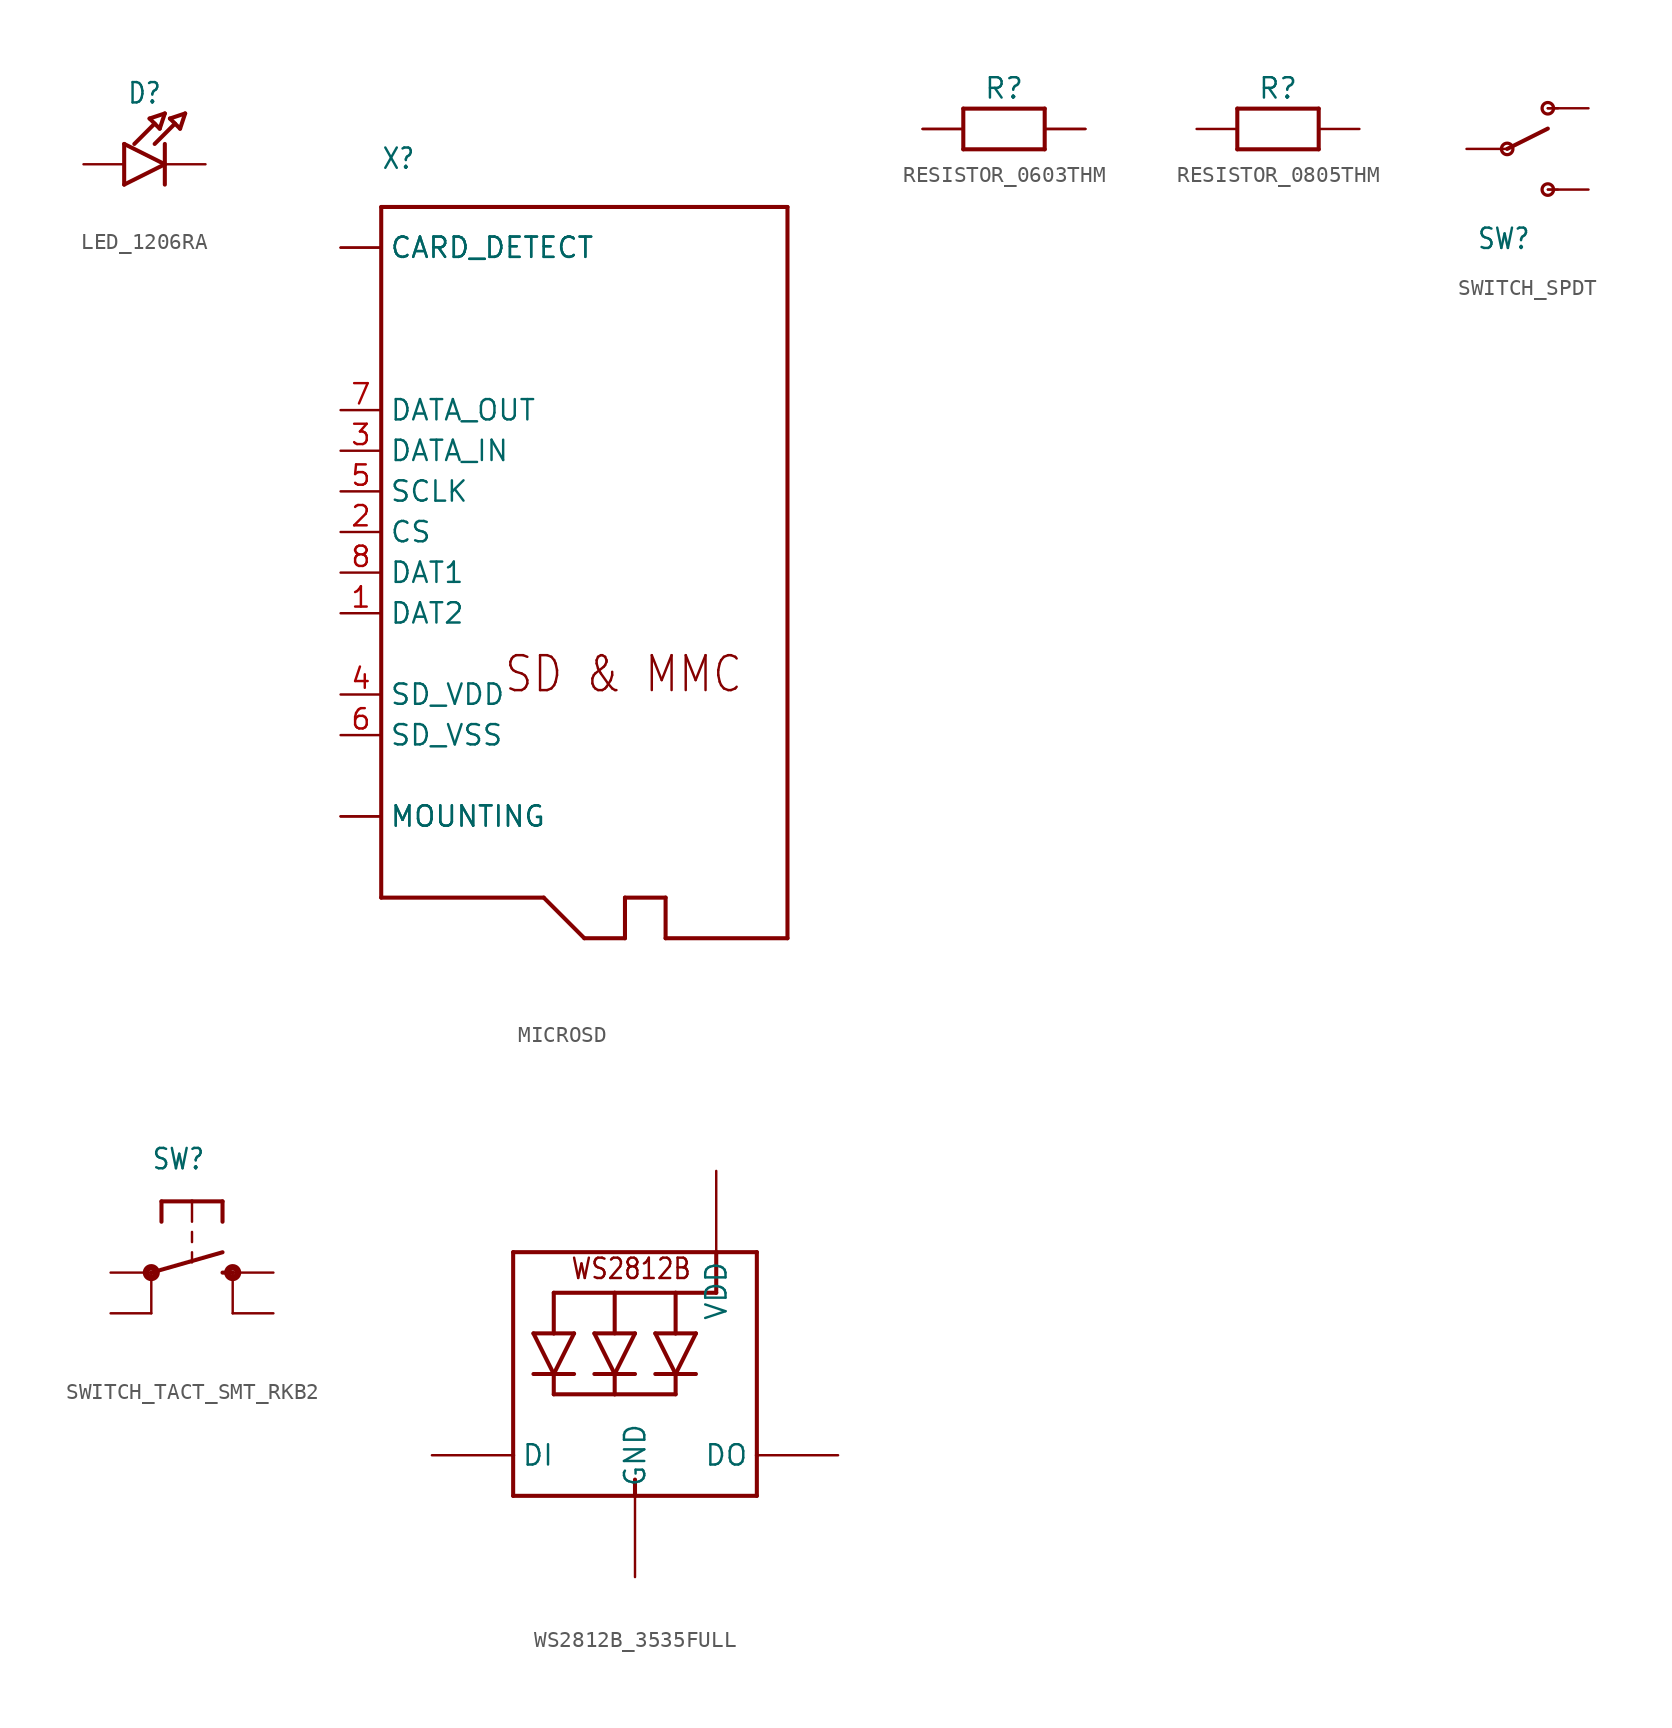
<source format=kicad_sym>
(kicad_symbol_lib
  (version 20220914)
  (generator kicad_symbol_editor)
  (symbol "LED_1206RA"
    (property "Reference" "D"
      (at -1.27 4.445 0)
      (effects (font (size 1.27 1.079))))
    (property "Value" ""
      (at -1.27 -2.794 0)
      (effects (font (size 1.27 1.079))))
    (property "ki_locked" ""
      (at 0 0 0)
      (effects (font (size 1.27 1.27))))
    (symbol "LED_1206RA_1_0"
      (polyline (pts (xy -2.54 -1.27) (xy 0 0)) (stroke (width 0.254) (type solid)) (fill (type none)))
      (polyline (pts (xy -2.54 1.27) (xy -2.54 -1.27)) (stroke (width 0.254) (type solid)) (fill (type none)))
      (polyline (pts (xy -1.905 1.27) (xy -0.635 2.54)) (stroke (width 0.254) (type solid)) (fill (type none)))
      (polyline (pts (xy -0.953 2.857) (xy -0.318 2.223)) (stroke (width 0.254) (type solid)) (fill (type none)))
      (polyline (pts (xy -0.635 1.27) (xy 0.635 2.54)) (stroke (width 0.254) (type solid)) (fill (type none)))
      (polyline (pts (xy -0.318 2.223) (xy 0 3.175)) (stroke (width 0.254) (type solid)) (fill (type none)))
      (polyline (pts (xy 0 0) (xy -2.54 1.27)) (stroke (width 0.254) (type solid)) (fill (type none)))
      (polyline (pts (xy 0 0) (xy 0 -1.27)) (stroke (width 0.254) (type solid)) (fill (type none)))
      (polyline (pts (xy 0 1.27) (xy 0 0)) (stroke (width 0.254) (type solid)) (fill (type none)))
      (polyline (pts (xy 0 3.175) (xy -0.953 2.857)) (stroke (width 0.254) (type solid)) (fill (type none)))
      (polyline (pts (xy 0.318 2.857) (xy 0.953 2.223)) (stroke (width 0.254) (type solid)) (fill (type none)))
      (polyline (pts (xy 0.953 2.223) (xy 1.27 3.175)) (stroke (width 0.254) (type solid)) (fill (type none)))
      (polyline (pts (xy 1.27 3.175) (xy 0.318 2.857)) (stroke (width 0.254) (type solid)) (fill (type none)))
      (pin passive line (at -5.08 0 0) (length 2.54) (name "A" (effects (font (size 0 0)))) (number "A" (effects (font (size 0 0)))))
      (pin passive line (at 2.54 0 180) (length 2.54) (name "C" (effects (font (size 0 0)))) (number "C" (effects (font (size 0 0)))))))
  (symbol "MICROSD"
    (property "Reference" "X"
      (at -12.7 22.606 0)
      (effects (font (size 1.27 1.079)) (justify left bottom)))
    (property "Value" ""
      (at -12.7 20.828 0)
      (effects (font (size 1.27 1.079)) (justify left bottom)))
    (property "ki_locked" ""
      (at 0 0 0)
      (effects (font (size 1.27 1.27))))
    (symbol "MICROSD_1_0"
      (polyline (pts (xy -12.7 -22.86) (xy -2.54 -22.86)) (stroke (width 0.254) (type solid)) (fill (type none)))
      (polyline (pts (xy -12.7 20.32) (xy -12.7 -22.86)) (stroke (width 0.254) (type solid)) (fill (type none)))
      (polyline (pts (xy -2.54 -22.86) (xy 0 -25.4)) (stroke (width 0.254) (type solid)) (fill (type none)))
      (polyline (pts (xy 0 -25.4) (xy 2.54 -25.4)) (stroke (width 0.254) (type solid)) (fill (type none)))
      (polyline (pts (xy 2.54 -25.4) (xy 2.54 -22.86)) (stroke (width 0.254) (type solid)) (fill (type none)))
      (polyline (pts (xy 2.54 -22.86) (xy 5.08 -22.86)) (stroke (width 0.254) (type solid)) (fill (type none)))
      (polyline (pts (xy 5.08 -25.4) (xy 12.7 -25.4)) (stroke (width 0.254) (type solid)) (fill (type none)))
      (polyline (pts (xy 5.08 -22.86) (xy 5.08 -25.4)) (stroke (width 0.254) (type solid)) (fill (type none)))
      (polyline (pts (xy 12.7 -25.4) (xy 12.7 20.32)) (stroke (width 0.254) (type solid)) (fill (type none)))
      (polyline (pts (xy 12.7 20.32) (xy -12.7 20.32)) (stroke (width 0.254) (type solid)) (fill (type none)))
      (text "SD & MMC" (at -5.08 -10.16 0) (effects (font (size 2.184 1.857)) (justify left bottom)))
      (pin bidirectional line (at -15.24 -5.08 0) (length 2.54) (name "DAT2" (effects (font (size 1.27 1.27)))) (number "1" (effects (font (size 1.27 1.27)))))
      (pin input line (at -15.24 0 0) (length 2.54) (name "CS" (effects (font (size 1.27 1.27)))) (number "2" (effects (font (size 1.27 1.27)))))
      (pin input line (at -15.24 5.08 0) (length 2.54) (name "DATA_IN" (effects (font (size 1.27 1.27)))) (number "3" (effects (font (size 1.27 1.27)))))
      (pin power_in line (at -15.24 -10.16 0) (length 2.54) (name "SD_VDD" (effects (font (size 1.27 1.27)))) (number "4" (effects (font (size 1.27 1.27)))))
      (pin input line (at -15.24 2.54 0) (length 2.54) (name "SCLK" (effects (font (size 1.27 1.27)))) (number "5" (effects (font (size 1.27 1.27)))))
      (pin power_in line (at -15.24 -12.7 0) (length 2.54) (name "SD_VSS" (effects (font (size 1.27 1.27)))) (number "6" (effects (font (size 1.27 1.27)))))
      (pin output line (at -15.24 7.62 0) (length 2.54) (name "DATA_OUT" (effects (font (size 1.27 1.27)))) (number "7" (effects (font (size 1.27 1.27)))))
      (pin bidirectional line (at -15.24 -2.54 0) (length 2.54) (name "DAT1" (effects (font (size 1.27 1.27)))) (number "8" (effects (font (size 1.27 1.27)))))
      (pin passive line (at -15.24 17.78 0) (length 2.54) (name "CARD_DETECT" (effects (font (size 1.27 1.27)))) (number "CD1" (effects (font (size 0 0)))))
      (pin passive line (at -15.24 17.78 0) (length 2.54) (name "CARD_DETECT" (effects (font (size 1.27 1.27)))) (number "CD2" (effects (font (size 0 0)))))
      (pin passive line (at -15.24 -17.78 0) (length 2.54) (name "MOUNTING" (effects (font (size 1.27 1.27)))) (number "MT1" (effects (font (size 0 0)))))
      (pin passive line (at -15.24 -17.78 0) (length 2.54) (name "MOUNTING" (effects (font (size 1.27 1.27)))) (number "MT2" (effects (font (size 0 0)))))))
  (symbol "RESISTOR_0603THM"
    (property "Reference" "R"
      (at 0 2.54 0)
      (effects (font (size 1.27 1.27))))
    (property "Value" ""
      (at 0 0 0)
      (effects (font (size 1.016 1.016) bold)))
    (property "ki_locked" ""
      (at 0 0 0)
      (effects (font (size 1.27 1.27))))
    (symbol "RESISTOR_0603THM_1_0"
      (polyline (pts (xy -2.54 -1.27) (xy -2.54 1.27)) (stroke (width 0.254) (type solid)) (fill (type none)))
      (polyline (pts (xy -2.54 1.27) (xy 2.54 1.27)) (stroke (width 0.254) (type solid)) (fill (type none)))
      (polyline (pts (xy 2.54 -1.27) (xy -2.54 -1.27)) (stroke (width 0.254) (type solid)) (fill (type none)))
      (polyline (pts (xy 2.54 1.27) (xy 2.54 -1.27)) (stroke (width 0.254) (type solid)) (fill (type none)))
      (pin passive line (at -5.08 0 0) (length 2.54) (name "1" (effects (font (size 0 0)))) (number "1" (effects (font (size 0 0)))))
      (pin passive line (at -5.08 0 0) (length 2.54) (name "1" (effects (font (size 0 0)))) (number "11" (effects (font (size 0 0)))))
      (pin passive line (at 5.08 0 180) (length 2.54) (name "2" (effects (font (size 0 0)))) (number "2" (effects (font (size 0 0)))))
      (pin passive line (at 5.08 0 180) (length 2.54) (name "2" (effects (font (size 0 0)))) (number "22" (effects (font (size 0 0)))))))
  (symbol "RESISTOR_0805THM"
    (property "Reference" "R"
      (at 0 2.54 0)
      (effects (font (size 1.27 1.27))))
    (property "Value" ""
      (at 0 0 0)
      (effects (font (size 1.016 1.016) bold)))
    (property "ki_locked" ""
      (at 0 0 0)
      (effects (font (size 1.27 1.27))))
    (symbol "RESISTOR_0805THM_1_0"
      (polyline (pts (xy -2.54 -1.27) (xy -2.54 1.27)) (stroke (width 0.254) (type solid)) (fill (type none)))
      (polyline (pts (xy -2.54 1.27) (xy 2.54 1.27)) (stroke (width 0.254) (type solid)) (fill (type none)))
      (polyline (pts (xy 2.54 -1.27) (xy -2.54 -1.27)) (stroke (width 0.254) (type solid)) (fill (type none)))
      (polyline (pts (xy 2.54 1.27) (xy 2.54 -1.27)) (stroke (width 0.254) (type solid)) (fill (type none)))
      (pin passive line (at -5.08 0 0) (length 2.54) (name "1" (effects (font (size 0 0)))) (number "1" (effects (font (size 0 0)))))
      (pin passive line (at 5.08 0 180) (length 2.54) (name "2" (effects (font (size 0 0)))) (number "2" (effects (font (size 0 0)))))))
  (symbol "SWITCH_SPDT"
    (property "Reference" "SW"
      (at -4.445 -6.35 0)
      (effects (font (size 1.27 1.079)) (justify left bottom)))
    (property "Value" ""
      (at -5.08 3.81 0)
      (effects (font (size 1.27 1.079)) (justify left bottom)))
    (property "ki_locked" ""
      (at 0 0 0)
      (effects (font (size 1.27 1.27))))
    (symbol "SWITCH_SPDT_1_0"
      (circle (center -2.54 0) (radius 0.359) (stroke (width 0.203) (type solid)) (fill (type none)))
      (circle (center 0 -2.54) (radius 0.359) (stroke (width 0.203) (type solid)) (fill (type none)))
      (polyline (pts (xy -2.54 0) (xy 0 1.27)) (stroke (width 0.254) (type solid)) (fill (type none)))
      (polyline (pts (xy 0 -2.54) (xy 0.635 -2.54)) (stroke (width 0.127) (type solid)) (fill (type none)))
      (polyline (pts (xy 0 2.54) (xy 0.635 2.54)) (stroke (width 0.152) (type solid)) (fill (type none)))
      (circle (center 0 2.54) (radius 0.359) (stroke (width 0.203) (type solid)) (fill (type none)))
      (pin passive line (at 2.54 2.54 180) (length 2.54) (name "O" (effects (font (size 0 0)))) (number "A" (effects (font (size 0 0)))))
      (pin passive line (at -5.08 0 0) (length 2.54) (name "P" (effects (font (size 0 0)))) (number "B" (effects (font (size 0 0)))))
      (pin passive line (at 2.54 -2.54 180) (length 2.54) (name "S" (effects (font (size 0 0)))) (number "C" (effects (font (size 0 0)))))))
  (symbol "SWITCH_TACT_SMT_RKB2"
    (property "Reference" "SW"
      (at -2.54 6.35 0)
      (effects (font (size 1.27 1.079)) (justify left bottom)))
    (property "Value" ""
      (at -2.54 -5.08 0)
      (effects (font (size 1.27 1.079)) (justify left bottom)))
    (property "ki_locked" ""
      (at 0 0 0)
      (effects (font (size 1.27 1.27))))
    (symbol "SWITCH_TACT_SMT_RKB2_1_0"
      (circle (center -2.54 0) (radius 0.127) (stroke (width 0.406) (type solid)) (fill (type none)))
      (polyline (pts (xy -2.54 -2.54) (xy -2.54 0)) (stroke (width 0.152) (type solid)) (fill (type none)))
      (polyline (pts (xy -2.54 0) (xy 1.905 1.27)) (stroke (width 0.254) (type solid)) (fill (type none)))
      (polyline (pts (xy -1.905 4.445) (xy -1.905 3.175)) (stroke (width 0.254) (type solid)) (fill (type none)))
      (polyline (pts (xy 0 1.27) (xy 0 0.635)) (stroke (width 0.152) (type solid)) (fill (type none)))
      (polyline (pts (xy 0 2.54) (xy 0 1.905)) (stroke (width 0.152) (type solid)) (fill (type none)))
      (polyline (pts (xy 0 4.445) (xy -1.905 4.445)) (stroke (width 0.254) (type solid)) (fill (type none)))
      (polyline (pts (xy 0 4.445) (xy 0 3.175)) (stroke (width 0.152) (type solid)) (fill (type none)))
      (polyline (pts (xy 1.905 0) (xy 2.54 0)) (stroke (width 0.254) (type solid)) (fill (type none)))
      (polyline (pts (xy 1.905 4.445) (xy 0 4.445)) (stroke (width 0.254) (type solid)) (fill (type none)))
      (polyline (pts (xy 1.905 4.445) (xy 1.905 3.175)) (stroke (width 0.254) (type solid)) (fill (type none)))
      (polyline (pts (xy 2.54 -2.54) (xy 2.54 0)) (stroke (width 0.152) (type solid)) (fill (type none)))
      (circle (center 2.54 0) (radius 0.127) (stroke (width 0.406) (type solid)) (fill (type none)))
      (pin passive line (at -5.08 0 0) (length 2.54) (name "P" (effects (font (size 0 0)))) (number "A" (effects (font (size 0 0)))))
      (pin passive line (at -5.08 -2.54 0) (length 2.54) (name "P1" (effects (font (size 0 0)))) (number "A'" (effects (font (size 0 0)))))
      (pin passive line (at 5.08 0 180) (length 2.54) (name "S" (effects (font (size 0 0)))) (number "B" (effects (font (size 0 0)))))
      (pin passive line (at 5.08 -2.54 180) (length 2.54) (name "S1" (effects (font (size 0 0)))) (number "B'" (effects (font (size 0 0)))))))
  (symbol "WS2812B_3535FULL"
    (property "Reference" "LED"
      (at 0 0 0)
      (effects (font (size 1.27 1.27)) hide))
    (property "ki_locked" ""
      (at 0 0 0)
      (effects (font (size 1.27 1.27))))
    (symbol "WS2812B_3535FULL_1_0"
      (polyline (pts (xy -7.62 -5.08) (xy 0 -5.08)) (stroke (width 0.254) (type solid)) (fill (type none)))
      (polyline (pts (xy -7.62 -2.54) (xy -7.62 -5.08)) (stroke (width 0.254) (type solid)) (fill (type none)))
      (polyline (pts (xy -7.62 10.16) (xy -7.62 -2.54)) (stroke (width 0.254) (type solid)) (fill (type none)))
      (polyline (pts (xy -6.35 2.54) (xy -5.08 2.54)) (stroke (width 0.254) (type solid)) (fill (type none)))
      (polyline (pts (xy -6.35 5.08) (xy -5.08 5.08)) (stroke (width 0.254) (type solid)) (fill (type none)))
      (polyline (pts (xy -5.08 2.54) (xy -6.35 5.08)) (stroke (width 0.254) (type solid)) (fill (type none)))
      (polyline (pts (xy -5.08 2.54) (xy -5.08 1.27)) (stroke (width 0.254) (type solid)) (fill (type none)))
      (polyline (pts (xy -5.08 2.54) (xy -3.81 5.08)) (stroke (width 0.254) (type solid)) (fill (type none)))
      (polyline (pts (xy -5.08 5.08) (xy -3.81 5.08)) (stroke (width 0.254) (type solid)) (fill (type none)))
      (polyline (pts (xy -5.08 7.62) (xy -5.08 5.08)) (stroke (width 0.254) (type solid)) (fill (type none)))
      (polyline (pts (xy -3.81 2.54) (xy -5.08 2.54)) (stroke (width 0.254) (type solid)) (fill (type none)))
      (polyline (pts (xy -2.54 2.54) (xy -1.27 2.54)) (stroke (width 0.254) (type solid)) (fill (type none)))
      (polyline (pts (xy -2.54 5.08) (xy 0 5.08)) (stroke (width 0.254) (type solid)) (fill (type none)))
      (polyline (pts (xy -1.27 1.27) (xy -5.08 1.27)) (stroke (width 0.254) (type solid)) (fill (type none)))
      (polyline (pts (xy -1.27 2.54) (xy -2.54 5.08)) (stroke (width 0.254) (type solid)) (fill (type none)))
      (polyline (pts (xy -1.27 2.54) (xy -1.27 1.27)) (stroke (width 0.254) (type solid)) (fill (type none)))
      (polyline (pts (xy -1.27 2.54) (xy 0 2.54)) (stroke (width 0.254) (type solid)) (fill (type none)))
      (polyline (pts (xy -1.27 5.08) (xy -1.27 7.62)) (stroke (width 0.254) (type solid)) (fill (type none)))
      (polyline (pts (xy -1.27 7.62) (xy -5.08 7.62)) (stroke (width 0.254) (type solid)) (fill (type none)))
      (polyline (pts (xy 0 -5.08) (xy 7.62 -5.08)) (stroke (width 0.254) (type solid)) (fill (type none)))
      (polyline (pts (xy 0 -4.064) (xy 0 -5.08)) (stroke (width 0.254) (type solid)) (fill (type none)))
      (polyline (pts (xy 0 5.08) (xy -1.27 2.54)) (stroke (width 0.254) (type solid)) (fill (type none)))
      (polyline (pts (xy 1.27 5.08) (xy 2.54 2.54)) (stroke (width 0.254) (type solid)) (fill (type none)))
      (polyline (pts (xy 1.27 5.08) (xy 2.54 5.08)) (stroke (width 0.254) (type solid)) (fill (type none)))
      (polyline (pts (xy 2.54 1.27) (xy -1.27 1.27)) (stroke (width 0.254) (type solid)) (fill (type none)))
      (polyline (pts (xy 2.54 2.54) (xy 1.27 2.54)) (stroke (width 0.254) (type solid)) (fill (type none)))
      (polyline (pts (xy 2.54 2.54) (xy 2.54 1.27)) (stroke (width 0.254) (type solid)) (fill (type none)))
      (polyline (pts (xy 2.54 2.54) (xy 3.81 2.54)) (stroke (width 0.254) (type solid)) (fill (type none)))
      (polyline (pts (xy 2.54 2.54) (xy 3.81 5.08)) (stroke (width 0.254) (type solid)) (fill (type none)))
      (polyline (pts (xy 2.54 5.08) (xy 2.54 7.62)) (stroke (width 0.254) (type solid)) (fill (type none)))
      (polyline (pts (xy 2.54 7.62) (xy -1.27 7.62)) (stroke (width 0.254) (type solid)) (fill (type none)))
      (polyline (pts (xy 2.54 7.62) (xy 5.08 7.62)) (stroke (width 0.254) (type solid)) (fill (type none)))
      (polyline (pts (xy 3.81 5.08) (xy 2.54 5.08)) (stroke (width 0.254) (type solid)) (fill (type none)))
      (polyline (pts (xy 5.08 10.16) (xy -7.62 10.16)) (stroke (width 0.254) (type solid)) (fill (type none)))
      (polyline (pts (xy 5.08 10.16) (xy 5.08 7.62)) (stroke (width 0.254) (type solid)) (fill (type none)))
      (polyline (pts (xy 7.62 -5.08) (xy 7.62 -2.54)) (stroke (width 0.254) (type solid)) (fill (type none)))
      (polyline (pts (xy 7.62 -2.54) (xy 7.62 10.16)) (stroke (width 0.254) (type solid)) (fill (type none)))
      (polyline (pts (xy 7.62 10.16) (xy 5.08 10.16)) (stroke (width 0.254) (type solid)) (fill (type none)))
      (text "WS2812B" (at -4.064 8.382 0) (effects (font (size 1.27 1.079)) (justify left bottom)))
      (pin input line (at -12.7 -2.54 0) (length 5.08) (name "DI" (effects (font (size 1.27 1.27)))) (number "1" (effects (font (size 0 0)))))
      (pin power_in line (at 5.08 15.24 270) (length 5.08) (name "VDD" (effects (font (size 1.27 1.27)))) (number "2" (effects (font (size 0 0)))))
      (pin output line (at 12.7 -2.54 180) (length 5.08) (name "DO" (effects (font (size 1.27 1.27)))) (number "3" (effects (font (size 0 0)))))
      (pin power_in line (at 0 -10.16 90) (length 5.08) (name "GND" (effects (font (size 1.27 1.27)))) (number "4" (effects (font (size 0 0))))))))
</source>
